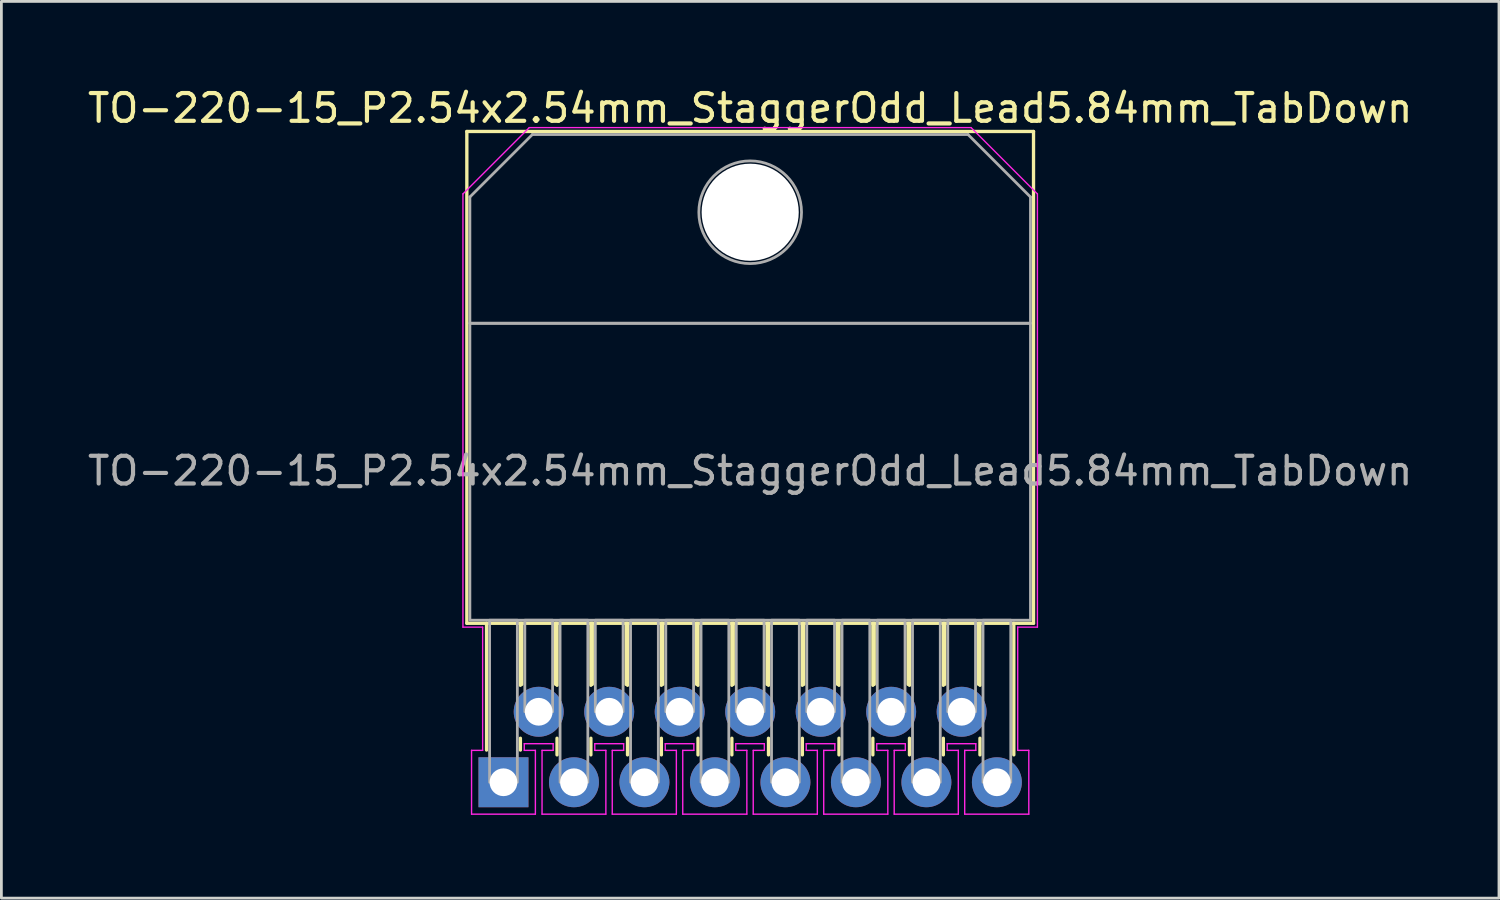
<source format=kicad_pcb>
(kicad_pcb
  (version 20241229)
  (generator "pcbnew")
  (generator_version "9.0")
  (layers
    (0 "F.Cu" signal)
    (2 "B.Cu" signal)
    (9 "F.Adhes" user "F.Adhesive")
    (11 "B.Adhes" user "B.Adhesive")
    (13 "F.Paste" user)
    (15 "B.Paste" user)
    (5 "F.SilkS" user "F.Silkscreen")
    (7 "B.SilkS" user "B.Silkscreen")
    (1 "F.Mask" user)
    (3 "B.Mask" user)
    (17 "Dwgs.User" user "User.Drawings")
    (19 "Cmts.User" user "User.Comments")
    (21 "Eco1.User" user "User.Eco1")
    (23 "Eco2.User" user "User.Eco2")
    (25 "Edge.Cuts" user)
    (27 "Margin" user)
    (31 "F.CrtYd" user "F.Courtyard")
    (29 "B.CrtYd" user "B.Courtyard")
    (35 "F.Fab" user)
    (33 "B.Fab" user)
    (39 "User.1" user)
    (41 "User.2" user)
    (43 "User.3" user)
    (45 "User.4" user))
  (footprint "TO-220-15_P2.54x2.54mm_StaggerOdd_Lead5.84mm_TabDown"
    (layer "F.Cu")
    (at 15.092 25.138)
    (property "Reference" "TO-220-15_P2.54x2.54mm_StaggerOdd_Lead5.84mm_TabDown" (at 8.89 -24.29 0) (layer "F.SilkS") (effects (font (size 1 1) (thickness 0.15))))
    (attr through_hole)
    (fp_line (start -1.32 -23.45) (end 19.1 -23.45) (stroke (width 0.12) (type solid)) (layer "F.SilkS"))
    (fp_line (start -1.32 -5.73) (end -1.32 -23.45) (stroke (width 0.12) (type solid)) (layer "F.SilkS"))
    (fp_line (start -1.32 -5.73) (end 19.1 -5.73) (stroke (width 0.12) (type solid)) (layer "F.SilkS"))
    (fp_line (start -0.61 -5.73) (end -0.61 -1.16) (stroke (width 0.12) (type solid)) (layer "F.SilkS"))
    (fp_line (start 0.61 -5.73) (end 0.61 -3.494) (stroke (width 0.12) (type solid)) (layer "F.SilkS"))
    (fp_line (start 0.61 -1.586) (end 0.61 -1.16) (stroke (width 0.12) (type solid)) (layer "F.SilkS"))
    (fp_line (start 0.66 -5.73) (end 0.66 -3.527) (stroke (width 0.12) (type solid)) (layer "F.SilkS"))
    (fp_line (start 1.88 -5.73) (end 1.88 -3.527) (stroke (width 0.12) (type solid)) (layer "F.SilkS"))
    (fp_line (start 1.93 -5.73) (end 1.93 -3.494) (stroke (width 0.12) (type solid)) (layer "F.SilkS"))
    (fp_line (start 1.93 -1.586) (end 1.93 -0.987) (stroke (width 0.12) (type solid)) (layer "F.SilkS"))
    (fp_line (start 3.15 -5.73) (end 3.15 -3.494) (stroke (width 0.12) (type solid)) (layer "F.SilkS"))
    (fp_line (start 3.15 -1.586) (end 3.15 -0.987) (stroke (width 0.12) (type solid)) (layer "F.SilkS"))
    (fp_line (start 3.2 -5.73) (end 3.2 -3.527) (stroke (width 0.12) (type solid)) (layer "F.SilkS"))
    (fp_line (start 4.42 -5.73) (end 4.42 -3.527) (stroke (width 0.12) (type solid)) (layer "F.SilkS"))
    (fp_line (start 4.47 -5.73) (end 4.47 -3.494) (stroke (width 0.12) (type solid)) (layer "F.SilkS"))
    (fp_line (start 4.47 -1.586) (end 4.47 -0.987) (stroke (width 0.12) (type solid)) (layer "F.SilkS"))
    (fp_line (start 5.69 -5.73) (end 5.69 -3.494) (stroke (width 0.12) (type solid)) (layer "F.SilkS"))
    (fp_line (start 5.69 -1.586) (end 5.69 -0.987) (stroke (width 0.12) (type solid)) (layer "F.SilkS"))
    (fp_line (start 5.74 -5.73) (end 5.74 -3.527) (stroke (width 0.12) (type solid)) (layer "F.SilkS"))
    (fp_line (start 6.96 -5.73) (end 6.96 -3.527) (stroke (width 0.12) (type solid)) (layer "F.SilkS"))
    (fp_line (start 7.01 -5.73) (end 7.01 -3.494) (stroke (width 0.12) (type solid)) (layer "F.SilkS"))
    (fp_line (start 7.01 -1.586) (end 7.01 -0.987) (stroke (width 0.12) (type solid)) (layer "F.SilkS"))
    (fp_line (start 8.23 -5.73) (end 8.23 -3.494) (stroke (width 0.12) (type solid)) (layer "F.SilkS"))
    (fp_line (start 8.23 -1.586) (end 8.23 -0.987) (stroke (width 0.12) (type solid)) (layer "F.SilkS"))
    (fp_line (start 8.28 -5.73) (end 8.28 -3.527) (stroke (width 0.12) (type solid)) (layer "F.SilkS"))
    (fp_line (start 9.5 -5.73) (end 9.5 -3.527) (stroke (width 0.12) (type solid)) (layer "F.SilkS"))
    (fp_line (start 9.55 -5.73) (end 9.55 -3.494) (stroke (width 0.12) (type solid)) (layer "F.SilkS"))
    (fp_line (start 9.55 -1.586) (end 9.55 -0.987) (stroke (width 0.12) (type solid)) (layer "F.SilkS"))
    (fp_line (start 10.77 -5.73) (end 10.77 -3.494) (stroke (width 0.12) (type solid)) (layer "F.SilkS"))
    (fp_line (start 10.77 -1.586) (end 10.77 -0.987) (stroke (width 0.12) (type solid)) (layer "F.SilkS"))
    (fp_line (start 10.82 -5.73) (end 10.82 -3.527) (stroke (width 0.12) (type solid)) (layer "F.SilkS"))
    (fp_line (start 12.04 -5.73) (end 12.04 -3.527) (stroke (width 0.12) (type solid)) (layer "F.SilkS"))
    (fp_line (start 12.09 -5.73) (end 12.09 -3.494) (stroke (width 0.12) (type solid)) (layer "F.SilkS"))
    (fp_line (start 12.09 -1.586) (end 12.09 -0.987) (stroke (width 0.12) (type solid)) (layer "F.SilkS"))
    (fp_line (start 13.31 -5.73) (end 13.31 -3.494) (stroke (width 0.12) (type solid)) (layer "F.SilkS"))
    (fp_line (start 13.31 -1.586) (end 13.31 -0.987) (stroke (width 0.12) (type solid)) (layer "F.SilkS"))
    (fp_line (start 13.36 -5.73) (end 13.36 -3.527) (stroke (width 0.12) (type solid)) (layer "F.SilkS"))
    (fp_line (start 14.58 -5.73) (end 14.58 -3.527) (stroke (width 0.12) (type solid)) (layer "F.SilkS"))
    (fp_line (start 14.63 -5.73) (end 14.63 -3.494) (stroke (width 0.12) (type solid)) (layer "F.SilkS"))
    (fp_line (start 14.63 -1.586) (end 14.63 -0.987) (stroke (width 0.12) (type solid)) (layer "F.SilkS"))
    (fp_line (start 15.85 -5.73) (end 15.85 -3.494) (stroke (width 0.12) (type solid)) (layer "F.SilkS"))
    (fp_line (start 15.85 -1.586) (end 15.85 -0.987) (stroke (width 0.12) (type solid)) (layer "F.SilkS"))
    (fp_line (start 15.9 -5.73) (end 15.9 -3.527) (stroke (width 0.12) (type solid)) (layer "F.SilkS"))
    (fp_line (start 17.12 -5.73) (end 17.12 -3.527) (stroke (width 0.12) (type solid)) (layer "F.SilkS"))
    (fp_line (start 17.17 -5.73) (end 17.17 -3.494) (stroke (width 0.12) (type solid)) (layer "F.SilkS"))
    (fp_line (start 17.17 -1.586) (end 17.17 -0.987) (stroke (width 0.12) (type solid)) (layer "F.SilkS"))
    (fp_line (start 18.39 -5.73) (end 18.39 -0.987) (stroke (width 0.12) (type solid)) (layer "F.SilkS"))
    (fp_line (start 19.1 -5.73) (end 19.1 -23.45) (stroke (width 0.12) (type solid)) (layer "F.SilkS"))
    (fp_line (start -1.46 -21.2) (end 0.93 -23.59) (stroke (width 0.05) (type solid)) (layer "F.CrtYd"))
    (fp_line (start -1.46 -5.59) (end -1.46 -21.2) (stroke (width 0.05) (type solid)) (layer "F.CrtYd"))
    (fp_line (start -1.15 -1.15) (end -0.75 -1.15) (stroke (width 0.05) (type solid)) (layer "F.CrtYd"))
    (fp_line (start -1.15 1.15) (end -1.15 -1.15) (stroke (width 0.05) (type solid)) (layer "F.CrtYd"))
    (fp_line (start -0.75 -5.59) (end -1.46 -5.59) (stroke (width 0.05) (type solid)) (layer "F.CrtYd"))
    (fp_line (start -0.75 -1.15) (end -0.75 -5.59) (stroke (width 0.05) (type solid)) (layer "F.CrtYd"))
    (fp_line (start 0.75 -1.39) (end 0.75 -1.15) (stroke (width 0.05) (type solid)) (layer "F.CrtYd"))
    (fp_line (start 0.75 -1.15) (end 1.15 -1.15) (stroke (width 0.05) (type solid)) (layer "F.CrtYd"))
    (fp_line (start 0.93 -23.59) (end 16.85 -23.59) (stroke (width 0.05) (type solid)) (layer "F.CrtYd"))
    (fp_line (start 1.15 -1.15) (end 1.15 1.15) (stroke (width 0.05) (type solid)) (layer "F.CrtYd"))
    (fp_line (start 1.15 1.15) (end -1.15 1.15) (stroke (width 0.05) (type solid)) (layer "F.CrtYd"))
    (fp_line (start 1.39 -1.15) (end 1.79 -1.15) (stroke (width 0.05) (type solid)) (layer "F.CrtYd"))
    (fp_line (start 1.39 1.15) (end 1.39 -1.15) (stroke (width 0.05) (type solid)) (layer "F.CrtYd"))
    (fp_line (start 1.79 -1.39) (end 0.75 -1.39) (stroke (width 0.05) (type solid)) (layer "F.CrtYd"))
    (fp_line (start 1.79 -1.15) (end 1.79 -1.39) (stroke (width 0.05) (type solid)) (layer "F.CrtYd"))
    (fp_line (start 3.29 -1.39) (end 3.29 -1.15) (stroke (width 0.05) (type solid)) (layer "F.CrtYd"))
    (fp_line (start 3.29 -1.15) (end 3.69 -1.15) (stroke (width 0.05) (type solid)) (layer "F.CrtYd"))
    (fp_line (start 3.69 -1.15) (end 3.69 1.15) (stroke (width 0.05) (type solid)) (layer "F.CrtYd"))
    (fp_line (start 3.69 1.15) (end 1.39 1.15) (stroke (width 0.05) (type solid)) (layer "F.CrtYd"))
    (fp_line (start 3.92 -1.15) (end 4.33 -1.15) (stroke (width 0.05) (type solid)) (layer "F.CrtYd"))
    (fp_line (start 3.92 1.15) (end 3.92 -1.15) (stroke (width 0.05) (type solid)) (layer "F.CrtYd"))
    (fp_line (start 4.33 -1.39) (end 3.29 -1.39) (stroke (width 0.05) (type solid)) (layer "F.CrtYd"))
    (fp_line (start 4.33 -1.15) (end 4.33 -1.39) (stroke (width 0.05) (type solid)) (layer "F.CrtYd"))
    (fp_line (start 5.83 -1.39) (end 5.83 -1.15) (stroke (width 0.05) (type solid)) (layer "F.CrtYd"))
    (fp_line (start 5.83 -1.15) (end 6.23 -1.15) (stroke (width 0.05) (type solid)) (layer "F.CrtYd"))
    (fp_line (start 6.23 -1.15) (end 6.23 1.15) (stroke (width 0.05) (type solid)) (layer "F.CrtYd"))
    (fp_line (start 6.23 1.15) (end 3.92 1.15) (stroke (width 0.05) (type solid)) (layer "F.CrtYd"))
    (fp_line (start 6.46 -1.15) (end 6.86 -1.15) (stroke (width 0.05) (type solid)) (layer "F.CrtYd"))
    (fp_line (start 6.46 1.15) (end 6.46 -1.15) (stroke (width 0.05) (type solid)) (layer "F.CrtYd"))
    (fp_line (start 6.86 -1.39) (end 5.83 -1.39) (stroke (width 0.05) (type solid)) (layer "F.CrtYd"))
    (fp_line (start 6.86 -1.15) (end 6.86 -1.39) (stroke (width 0.05) (type solid)) (layer "F.CrtYd"))
    (fp_line (start 8.37 -1.39) (end 8.37 -1.15) (stroke (width 0.05) (type solid)) (layer "F.CrtYd"))
    (fp_line (start 8.37 -1.15) (end 8.77 -1.15) (stroke (width 0.05) (type solid)) (layer "F.CrtYd"))
    (fp_line (start 8.77 -1.15) (end 8.77 1.15) (stroke (width 0.05) (type solid)) (layer "F.CrtYd"))
    (fp_line (start 8.77 1.15) (end 6.46 1.15) (stroke (width 0.05) (type solid)) (layer "F.CrtYd"))
    (fp_line (start 9 -1.15) (end 9.4 -1.15) (stroke (width 0.05) (type solid)) (layer "F.CrtYd"))
    (fp_line (start 9 1.15) (end 9 -1.15) (stroke (width 0.05) (type solid)) (layer "F.CrtYd"))
    (fp_line (start 9.4 -1.39) (end 8.37 -1.39) (stroke (width 0.05) (type solid)) (layer "F.CrtYd"))
    (fp_line (start 9.4 -1.15) (end 9.4 -1.39) (stroke (width 0.05) (type solid)) (layer "F.CrtYd"))
    (fp_line (start 10.91 -1.39) (end 10.91 -1.15) (stroke (width 0.05) (type solid)) (layer "F.CrtYd"))
    (fp_line (start 10.91 -1.15) (end 11.31 -1.15) (stroke (width 0.05) (type solid)) (layer "F.CrtYd"))
    (fp_line (start 11.31 -1.15) (end 11.31 1.15) (stroke (width 0.05) (type solid)) (layer "F.CrtYd"))
    (fp_line (start 11.31 1.15) (end 9 1.15) (stroke (width 0.05) (type solid)) (layer "F.CrtYd"))
    (fp_line (start 11.54 -1.15) (end 11.94 -1.15) (stroke (width 0.05) (type solid)) (layer "F.CrtYd"))
    (fp_line (start 11.54 1.15) (end 11.54 -1.15) (stroke (width 0.05) (type solid)) (layer "F.CrtYd"))
    (fp_line (start 11.94 -1.39) (end 10.91 -1.39) (stroke (width 0.05) (type solid)) (layer "F.CrtYd"))
    (fp_line (start 11.94 -1.15) (end 11.94 -1.39) (stroke (width 0.05) (type solid)) (layer "F.CrtYd"))
    (fp_line (start 13.45 -1.39) (end 13.45 -1.15) (stroke (width 0.05) (type solid)) (layer "F.CrtYd"))
    (fp_line (start 13.45 -1.15) (end 13.85 -1.15) (stroke (width 0.05) (type solid)) (layer "F.CrtYd"))
    (fp_line (start 13.85 -1.15) (end 13.85 1.15) (stroke (width 0.05) (type solid)) (layer "F.CrtYd"))
    (fp_line (start 13.85 1.15) (end 11.54 1.15) (stroke (width 0.05) (type solid)) (layer "F.CrtYd"))
    (fp_line (start 14.08 -1.15) (end 14.48 -1.15) (stroke (width 0.05) (type solid)) (layer "F.CrtYd"))
    (fp_line (start 14.08 1.15) (end 14.08 -1.15) (stroke (width 0.05) (type solid)) (layer "F.CrtYd"))
    (fp_line (start 14.48 -1.39) (end 13.45 -1.39) (stroke (width 0.05) (type solid)) (layer "F.CrtYd"))
    (fp_line (start 14.48 -1.15) (end 14.48 -1.39) (stroke (width 0.05) (type solid)) (layer "F.CrtYd"))
    (fp_line (start 15.99 -1.39) (end 15.99 -1.15) (stroke (width 0.05) (type solid)) (layer "F.CrtYd"))
    (fp_line (start 15.99 -1.15) (end 16.39 -1.15) (stroke (width 0.05) (type solid)) (layer "F.CrtYd"))
    (fp_line (start 16.39 -1.15) (end 16.39 1.15) (stroke (width 0.05) (type solid)) (layer "F.CrtYd"))
    (fp_line (start 16.39 1.15) (end 14.08 1.15) (stroke (width 0.05) (type solid)) (layer "F.CrtYd"))
    (fp_line (start 16.62 -1.15) (end 17.02 -1.15) (stroke (width 0.05) (type solid)) (layer "F.CrtYd"))
    (fp_line (start 16.62 1.15) (end 16.62 -1.15) (stroke (width 0.05) (type solid)) (layer "F.CrtYd"))
    (fp_line (start 16.85 -23.59) (end 19.24 -21.2) (stroke (width 0.05) (type solid)) (layer "F.CrtYd"))
    (fp_line (start 17.02 -1.39) (end 15.99 -1.39) (stroke (width 0.05) (type solid)) (layer "F.CrtYd"))
    (fp_line (start 17.02 -1.15) (end 17.02 -1.39) (stroke (width 0.05) (type solid)) (layer "F.CrtYd"))
    (fp_line (start 18.53 -5.59) (end 18.53 -1.15) (stroke (width 0.05) (type solid)) (layer "F.CrtYd"))
    (fp_line (start 18.53 -1.15) (end 18.93 -1.15) (stroke (width 0.05) (type solid)) (layer "F.CrtYd"))
    (fp_line (start 18.93 -1.15) (end 18.93 1.15) (stroke (width 0.05) (type solid)) (layer "F.CrtYd"))
    (fp_line (start 18.93 1.15) (end 16.62 1.15) (stroke (width 0.05) (type solid)) (layer "F.CrtYd"))
    (fp_line (start 19.24 -21.2) (end 19.24 -5.59) (stroke (width 0.05) (type solid)) (layer "F.CrtYd"))
    (fp_line (start 19.24 -5.59) (end 18.53 -5.59) (stroke (width 0.05) (type solid)) (layer "F.CrtYd"))
    (fp_line (start -1.21 -21.09) (end 1.04 -23.34) (stroke (width 0.1) (type solid)) (layer "F.Fab"))
    (fp_line (start -1.21 -16.54) (end -1.21 -21.09) (stroke (width 0.1) (type solid)) (layer "F.Fab"))
    (fp_line (start 1.04 -23.34) (end 16.74 -23.34) (stroke (width 0.1) (type solid)) (layer "F.Fab"))
    (fp_line (start 16.74 -23.34) (end 18.99 -21.09) (stroke (width 0.1) (type solid)) (layer "F.Fab"))
    (fp_line (start 18.99 -21.09) (end 18.99 -16.54) (stroke (width 0.1) (type solid)) (layer "F.Fab"))
    (fp_line (start 18.99 -16.54) (end -1.21 -16.54) (stroke (width 0.1) (type solid)) (layer "F.Fab"))
    (fp_rect (start -1.21 -16.54) (end 18.99 -5.84) (stroke (width 0.1) (type solid)) (fill no) (layer "F.Fab"))
    (fp_rect (start -0.5 -5.84) (end 0.5 0) (stroke (width 0.1) (type solid)) (fill no) (layer "F.Fab"))
    (fp_rect (start 0.77 -5.84) (end 1.77 -2.54) (stroke (width 0.1) (type solid)) (fill no) (layer "F.Fab"))
    (fp_rect (start 2.04 -5.84) (end 3.04 0) (stroke (width 0.1) (type solid)) (fill no) (layer "F.Fab"))
    (fp_rect (start 3.31 -5.84) (end 4.31 -2.54) (stroke (width 0.1) (type solid)) (fill no) (layer "F.Fab"))
    (fp_rect (start 4.58 -5.84) (end 5.58 0) (stroke (width 0.1) (type solid)) (fill no) (layer "F.Fab"))
    (fp_rect (start 5.85 -5.84) (end 6.85 -2.54) (stroke (width 0.1) (type solid)) (fill no) (layer "F.Fab"))
    (fp_rect (start 7.12 -5.84) (end 8.12 0) (stroke (width 0.1) (type solid)) (fill no) (layer "F.Fab"))
    (fp_rect (start 8.39 -5.84) (end 9.39 -2.54) (stroke (width 0.1) (type solid)) (fill no) (layer "F.Fab"))
    (fp_rect (start 9.66 -5.84) (end 10.66 0) (stroke (width 0.1) (type solid)) (fill no) (layer "F.Fab"))
    (fp_rect (start 10.93 -5.84) (end 11.93 -2.54) (stroke (width 0.1) (type solid)) (fill no) (layer "F.Fab"))
    (fp_rect (start 12.2 -5.84) (end 13.2 0) (stroke (width 0.1) (type solid)) (fill no) (layer "F.Fab"))
    (fp_rect (start 13.47 -5.84) (end 14.47 -2.54) (stroke (width 0.1) (type solid)) (fill no) (layer "F.Fab"))
    (fp_rect (start 14.74 -5.84) (end 15.74 0) (stroke (width 0.1) (type solid)) (fill no) (layer "F.Fab"))
    (fp_rect (start 16.01 -5.84) (end 17.01 -2.54) (stroke (width 0.1) (type solid)) (fill no) (layer "F.Fab"))
    (fp_rect (start 17.28 -5.84) (end 18.28 0) (stroke (width 0.1) (type solid)) (fill no) (layer "F.Fab"))
    (fp_circle (center 8.89 -20.54) (end 10.74 -20.54) (stroke (width 0.1) (type solid)) (fill no) (layer "F.Fab"))
    (fp_text user "${REFERENCE}" (at 8.89 -11.22 0) (layer "F.Fab") (effects (font (size 1 1) (thickness 0.15))))
    (pad "" np_thru_hole circle (at 8.89 -20.54) (size 3.5 3.5) (drill 3.5) (layers "*.Cu" "*.Mask"))
    (pad "1" thru_hole rect (at 0 0) (size 1.8 1.8) (drill 1) (layers "*.Cu" "*.Mask"))
    (pad "2" thru_hole circle (at 1.27 -2.54) (size 1.8 1.8) (drill 1) (layers "*.Cu" "*.Mask"))
    (pad "3" thru_hole circle (at 2.54 0) (size 1.8 1.8) (drill 1) (layers "*.Cu" "*.Mask"))
    (pad "4" thru_hole circle (at 3.81 -2.54) (size 1.8 1.8) (drill 1) (layers "*.Cu" "*.Mask"))
    (pad "5" thru_hole circle (at 5.08 0) (size 1.8 1.8) (drill 1) (layers "*.Cu" "*.Mask"))
    (pad "6" thru_hole circle (at 6.35 -2.54) (size 1.8 1.8) (drill 1) (layers "*.Cu" "*.Mask"))
    (pad "7" thru_hole circle (at 7.62 0) (size 1.8 1.8) (drill 1) (layers "*.Cu" "*.Mask"))
    (pad "8" thru_hole circle (at 8.89 -2.54) (size 1.8 1.8) (drill 1) (layers "*.Cu" "*.Mask"))
    (pad "9" thru_hole circle (at 10.16 0) (size 1.8 1.8) (drill 1) (layers "*.Cu" "*.Mask"))
    (pad "10" thru_hole circle (at 11.43 -2.54) (size 1.8 1.8) (drill 1) (layers "*.Cu" "*.Mask"))
    (pad "11" thru_hole circle (at 12.7 0) (size 1.8 1.8) (drill 1) (layers "*.Cu" "*.Mask"))
    (pad "12" thru_hole circle (at 13.97 -2.54) (size 1.8 1.8) (drill 1) (layers "*.Cu" "*.Mask"))
    (pad "13" thru_hole circle (at 15.24 0) (size 1.8 1.8) (drill 1) (layers "*.Cu" "*.Mask"))
    (pad "14" thru_hole circle (at 16.51 -2.54) (size 1.8 1.8) (drill 1) (layers "*.Cu" "*.Mask"))
    (pad "15" thru_hole circle (at 17.78 0) (size 1.8 1.8) (drill 1) (layers "*.Cu" "*.Mask")))
  (gr_rect
    (start -3 -3)
    (end 50.964 29.313)
    (stroke (width 0.1) (type default))
    (fill no)
    (layer "Edge.Cuts")))
</source>
